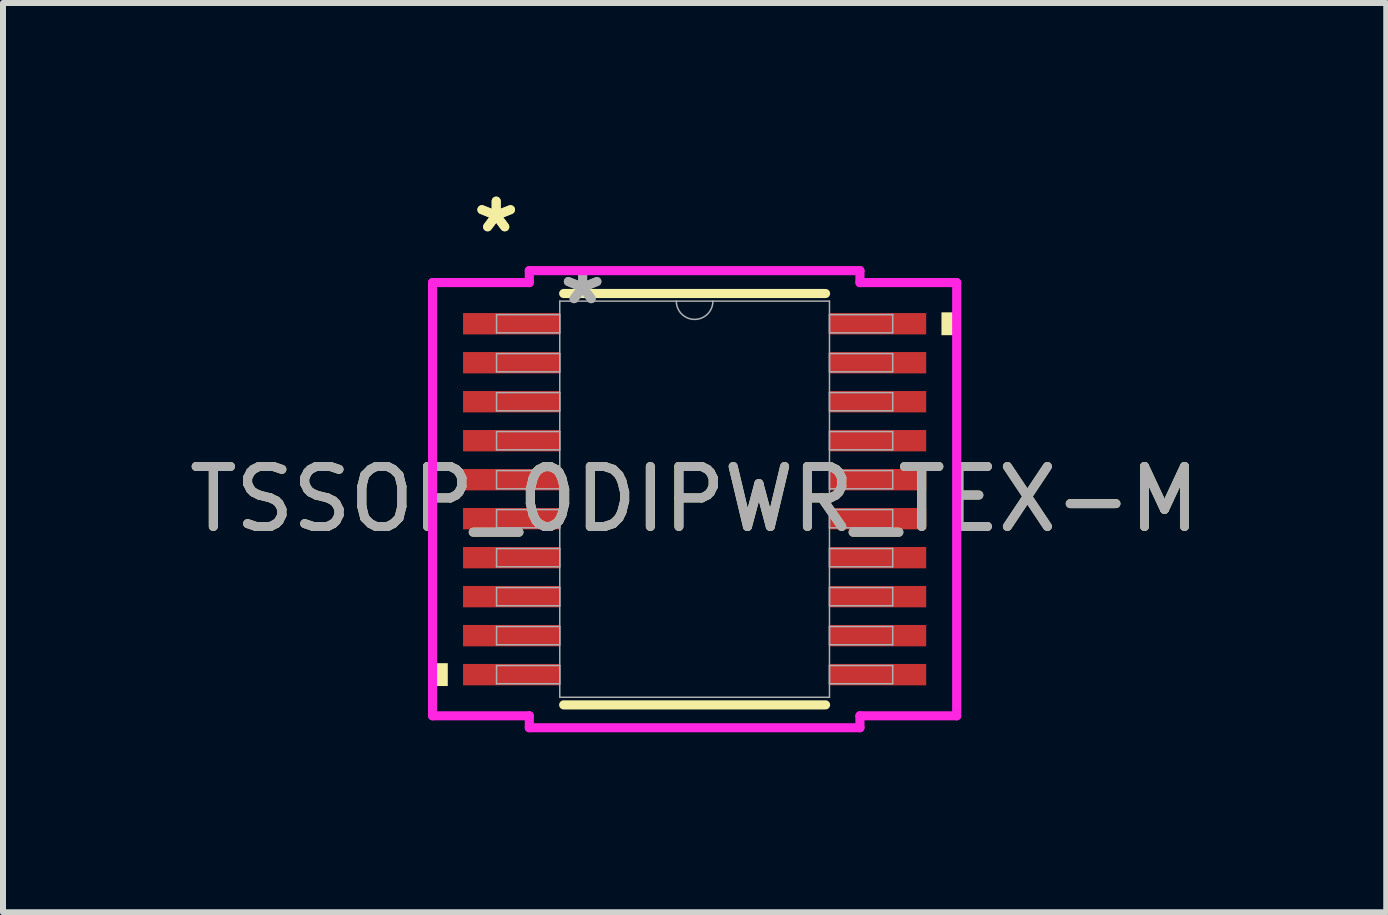
<source format=kicad_pcb>
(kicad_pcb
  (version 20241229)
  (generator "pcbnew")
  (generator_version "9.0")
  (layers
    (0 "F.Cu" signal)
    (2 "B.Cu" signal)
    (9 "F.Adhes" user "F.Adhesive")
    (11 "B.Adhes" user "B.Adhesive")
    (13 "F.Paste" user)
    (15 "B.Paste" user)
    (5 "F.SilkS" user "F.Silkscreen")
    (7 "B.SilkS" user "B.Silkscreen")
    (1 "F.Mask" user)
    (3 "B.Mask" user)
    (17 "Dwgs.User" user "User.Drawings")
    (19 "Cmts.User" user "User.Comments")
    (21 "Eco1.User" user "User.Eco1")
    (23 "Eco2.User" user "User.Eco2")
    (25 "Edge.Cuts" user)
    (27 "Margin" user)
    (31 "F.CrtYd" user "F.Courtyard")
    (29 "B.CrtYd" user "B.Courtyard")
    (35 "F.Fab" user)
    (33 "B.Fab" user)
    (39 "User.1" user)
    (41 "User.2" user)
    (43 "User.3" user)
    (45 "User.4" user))
  (footprint "TSSOP_0DIPWR_TEX-M"
    (layer "F.Cu")
    (at 8.53 5.272)
    (property "Reference" "TSSOP_0DIPWR_TEX-M" (at 0 0 0) (unlocked yes) (layer "F.SilkS") (effects (font (size 1 1) (thickness 0.15))))
    (attr smd)
    (fp_line (start -2.183 3.429) (end 2.183 3.429) (stroke (width 0.152) (type solid)) (layer "F.SilkS"))
    (fp_line (start 2.183 -3.429) (end -2.183 -3.429) (stroke (width 0.152) (type solid)) (layer "F.SilkS"))
    (fp_poly (pts (xy -4.369 2.734) (xy -4.369 3.115) (xy -4.115 3.115) (xy -4.115 2.734)) (stroke (width 0) (type solid)) (fill yes) (layer "F.SilkS"))
    (fp_poly (pts (xy 4.369 -3.115) (xy 4.369 -2.734) (xy 4.115 -2.734) (xy 4.115 -3.115)) (stroke (width 0) (type solid)) (fill yes) (layer "F.SilkS"))
    (fp_line (start -4.369 -3.611) (end -2.756 -3.611) (stroke (width 0.152) (type solid)) (layer "F.CrtYd"))
    (fp_line (start -4.369 3.611) (end -4.369 -3.611) (stroke (width 0.152) (type solid)) (layer "F.CrtYd"))
    (fp_line (start -4.369 3.611) (end -2.756 3.611) (stroke (width 0.152) (type solid)) (layer "F.CrtYd"))
    (fp_line (start -2.756 -3.81) (end 2.756 -3.81) (stroke (width 0.152) (type solid)) (layer "F.CrtYd"))
    (fp_line (start -2.756 -3.611) (end -2.756 -3.81) (stroke (width 0.152) (type solid)) (layer "F.CrtYd"))
    (fp_line (start -2.756 3.81) (end -2.756 3.611) (stroke (width 0.152) (type solid)) (layer "F.CrtYd"))
    (fp_line (start 2.756 -3.81) (end 2.756 -3.611) (stroke (width 0.152) (type solid)) (layer "F.CrtYd"))
    (fp_line (start 2.756 3.611) (end 2.756 3.81) (stroke (width 0.152) (type solid)) (layer "F.CrtYd"))
    (fp_line (start 2.756 3.81) (end -2.756 3.81) (stroke (width 0.152) (type solid)) (layer "F.CrtYd"))
    (fp_line (start 4.369 -3.611) (end 2.756 -3.611) (stroke (width 0.152) (type solid)) (layer "F.CrtYd"))
    (fp_line (start 4.369 -3.611) (end 4.369 3.611) (stroke (width 0.152) (type solid)) (layer "F.CrtYd"))
    (fp_line (start 4.369 3.611) (end 2.756 3.611) (stroke (width 0.152) (type solid)) (layer "F.CrtYd"))
    (fp_line (start -3.302 -3.077) (end -3.302 -2.773) (stroke (width 0.025) (type solid)) (layer "F.Fab"))
    (fp_line (start -3.302 -2.773) (end -2.248 -2.773) (stroke (width 0.025) (type solid)) (layer "F.Fab"))
    (fp_line (start -3.302 -2.427) (end -3.302 -2.123) (stroke (width 0.025) (type solid)) (layer "F.Fab"))
    (fp_line (start -3.302 -2.123) (end -2.248 -2.123) (stroke (width 0.025) (type solid)) (layer "F.Fab"))
    (fp_line (start -3.302 -1.777) (end -3.302 -1.473) (stroke (width 0.025) (type solid)) (layer "F.Fab"))
    (fp_line (start -3.302 -1.473) (end -2.248 -1.473) (stroke (width 0.025) (type solid)) (layer "F.Fab"))
    (fp_line (start -3.302 -1.127) (end -3.302 -0.823) (stroke (width 0.025) (type solid)) (layer "F.Fab"))
    (fp_line (start -3.302 -0.823) (end -2.248 -0.823) (stroke (width 0.025) (type solid)) (layer "F.Fab"))
    (fp_line (start -3.302 -0.477) (end -3.302 -0.173) (stroke (width 0.025) (type solid)) (layer "F.Fab"))
    (fp_line (start -3.302 -0.173) (end -2.248 -0.173) (stroke (width 0.025) (type solid)) (layer "F.Fab"))
    (fp_line (start -3.302 0.173) (end -3.302 0.477) (stroke (width 0.025) (type solid)) (layer "F.Fab"))
    (fp_line (start -3.302 0.477) (end -2.248 0.477) (stroke (width 0.025) (type solid)) (layer "F.Fab"))
    (fp_line (start -3.302 0.823) (end -3.302 1.127) (stroke (width 0.025) (type solid)) (layer "F.Fab"))
    (fp_line (start -3.302 1.127) (end -2.248 1.127) (stroke (width 0.025) (type solid)) (layer "F.Fab"))
    (fp_line (start -3.302 1.473) (end -3.302 1.777) (stroke (width 0.025) (type solid)) (layer "F.Fab"))
    (fp_line (start -3.302 1.777) (end -2.248 1.777) (stroke (width 0.025) (type solid)) (layer "F.Fab"))
    (fp_line (start -3.302 2.123) (end -3.302 2.427) (stroke (width 0.025) (type solid)) (layer "F.Fab"))
    (fp_line (start -3.302 2.427) (end -2.248 2.427) (stroke (width 0.025) (type solid)) (layer "F.Fab"))
    (fp_line (start -3.302 2.773) (end -3.302 3.077) (stroke (width 0.025) (type solid)) (layer "F.Fab"))
    (fp_line (start -3.302 3.077) (end -2.248 3.077) (stroke (width 0.025) (type solid)) (layer "F.Fab"))
    (fp_line (start -2.248 -3.302) (end -2.248 3.302) (stroke (width 0.025) (type solid)) (layer "F.Fab"))
    (fp_line (start -2.248 -3.077) (end -3.302 -3.077) (stroke (width 0.025) (type solid)) (layer "F.Fab"))
    (fp_line (start -2.248 -2.773) (end -2.248 -3.077) (stroke (width 0.025) (type solid)) (layer "F.Fab"))
    (fp_line (start -2.248 -2.427) (end -3.302 -2.427) (stroke (width 0.025) (type solid)) (layer "F.Fab"))
    (fp_line (start -2.248 -2.123) (end -2.248 -2.427) (stroke (width 0.025) (type solid)) (layer "F.Fab"))
    (fp_line (start -2.248 -1.777) (end -3.302 -1.777) (stroke (width 0.025) (type solid)) (layer "F.Fab"))
    (fp_line (start -2.248 -1.473) (end -2.248 -1.777) (stroke (width 0.025) (type solid)) (layer "F.Fab"))
    (fp_line (start -2.248 -1.127) (end -3.302 -1.127) (stroke (width 0.025) (type solid)) (layer "F.Fab"))
    (fp_line (start -2.248 -0.823) (end -2.248 -1.127) (stroke (width 0.025) (type solid)) (layer "F.Fab"))
    (fp_line (start -2.248 -0.477) (end -3.302 -0.477) (stroke (width 0.025) (type solid)) (layer "F.Fab"))
    (fp_line (start -2.248 -0.173) (end -2.248 -0.477) (stroke (width 0.025) (type solid)) (layer "F.Fab"))
    (fp_line (start -2.248 0.173) (end -3.302 0.173) (stroke (width 0.025) (type solid)) (layer "F.Fab"))
    (fp_line (start -2.248 0.477) (end -2.248 0.173) (stroke (width 0.025) (type solid)) (layer "F.Fab"))
    (fp_line (start -2.248 0.823) (end -3.302 0.823) (stroke (width 0.025) (type solid)) (layer "F.Fab"))
    (fp_line (start -2.248 1.127) (end -2.248 0.823) (stroke (width 0.025) (type solid)) (layer "F.Fab"))
    (fp_line (start -2.248 1.473) (end -3.302 1.473) (stroke (width 0.025) (type solid)) (layer "F.Fab"))
    (fp_line (start -2.248 1.777) (end -2.248 1.473) (stroke (width 0.025) (type solid)) (layer "F.Fab"))
    (fp_line (start -2.248 2.123) (end -3.302 2.123) (stroke (width 0.025) (type solid)) (layer "F.Fab"))
    (fp_line (start -2.248 2.427) (end -2.248 2.123) (stroke (width 0.025) (type solid)) (layer "F.Fab"))
    (fp_line (start -2.248 2.773) (end -3.302 2.773) (stroke (width 0.025) (type solid)) (layer "F.Fab"))
    (fp_line (start -2.248 3.077) (end -2.248 2.773) (stroke (width 0.025) (type solid)) (layer "F.Fab"))
    (fp_line (start -2.248 3.302) (end 2.248 3.302) (stroke (width 0.025) (type solid)) (layer "F.Fab"))
    (fp_line (start 2.248 -3.302) (end -2.248 -3.302) (stroke (width 0.025) (type solid)) (layer "F.Fab"))
    (fp_line (start 2.248 -3.077) (end 2.248 -2.773) (stroke (width 0.025) (type solid)) (layer "F.Fab"))
    (fp_line (start 2.248 -2.773) (end 3.302 -2.773) (stroke (width 0.025) (type solid)) (layer "F.Fab"))
    (fp_line (start 2.248 -2.427) (end 2.248 -2.123) (stroke (width 0.025) (type solid)) (layer "F.Fab"))
    (fp_line (start 2.248 -2.123) (end 3.302 -2.123) (stroke (width 0.025) (type solid)) (layer "F.Fab"))
    (fp_line (start 2.248 -1.777) (end 2.248 -1.473) (stroke (width 0.025) (type solid)) (layer "F.Fab"))
    (fp_line (start 2.248 -1.473) (end 3.302 -1.473) (stroke (width 0.025) (type solid)) (layer "F.Fab"))
    (fp_line (start 2.248 -1.127) (end 2.248 -0.823) (stroke (width 0.025) (type solid)) (layer "F.Fab"))
    (fp_line (start 2.248 -0.823) (end 3.302 -0.823) (stroke (width 0.025) (type solid)) (layer "F.Fab"))
    (fp_line (start 2.248 -0.477) (end 2.248 -0.173) (stroke (width 0.025) (type solid)) (layer "F.Fab"))
    (fp_line (start 2.248 -0.173) (end 3.302 -0.173) (stroke (width 0.025) (type solid)) (layer "F.Fab"))
    (fp_line (start 2.248 0.173) (end 2.248 0.477) (stroke (width 0.025) (type solid)) (layer "F.Fab"))
    (fp_line (start 2.248 0.477) (end 3.302 0.477) (stroke (width 0.025) (type solid)) (layer "F.Fab"))
    (fp_line (start 2.248 0.823) (end 2.248 1.127) (stroke (width 0.025) (type solid)) (layer "F.Fab"))
    (fp_line (start 2.248 1.127) (end 3.302 1.127) (stroke (width 0.025) (type solid)) (layer "F.Fab"))
    (fp_line (start 2.248 1.473) (end 2.248 1.777) (stroke (width 0.025) (type solid)) (layer "F.Fab"))
    (fp_line (start 2.248 1.777) (end 3.302 1.777) (stroke (width 0.025) (type solid)) (layer "F.Fab"))
    (fp_line (start 2.248 2.123) (end 2.248 2.427) (stroke (width 0.025) (type solid)) (layer "F.Fab"))
    (fp_line (start 2.248 2.427) (end 3.302 2.427) (stroke (width 0.025) (type solid)) (layer "F.Fab"))
    (fp_line (start 2.248 2.773) (end 2.248 3.077) (stroke (width 0.025) (type solid)) (layer "F.Fab"))
    (fp_line (start 2.248 3.077) (end 3.302 3.077) (stroke (width 0.025) (type solid)) (layer "F.Fab"))
    (fp_line (start 2.248 3.302) (end 2.248 -3.302) (stroke (width 0.025) (type solid)) (layer "F.Fab"))
    (fp_line (start 3.302 -3.077) (end 2.248 -3.077) (stroke (width 0.025) (type solid)) (layer "F.Fab"))
    (fp_line (start 3.302 -2.773) (end 3.302 -3.077) (stroke (width 0.025) (type solid)) (layer "F.Fab"))
    (fp_line (start 3.302 -2.427) (end 2.248 -2.427) (stroke (width 0.025) (type solid)) (layer "F.Fab"))
    (fp_line (start 3.302 -2.123) (end 3.302 -2.427) (stroke (width 0.025) (type solid)) (layer "F.Fab"))
    (fp_line (start 3.302 -1.777) (end 2.248 -1.777) (stroke (width 0.025) (type solid)) (layer "F.Fab"))
    (fp_line (start 3.302 -1.473) (end 3.302 -1.777) (stroke (width 0.025) (type solid)) (layer "F.Fab"))
    (fp_line (start 3.302 -1.127) (end 2.248 -1.127) (stroke (width 0.025) (type solid)) (layer "F.Fab"))
    (fp_line (start 3.302 -0.823) (end 3.302 -1.127) (stroke (width 0.025) (type solid)) (layer "F.Fab"))
    (fp_line (start 3.302 -0.477) (end 2.248 -0.477) (stroke (width 0.025) (type solid)) (layer "F.Fab"))
    (fp_line (start 3.302 -0.173) (end 3.302 -0.477) (stroke (width 0.025) (type solid)) (layer "F.Fab"))
    (fp_line (start 3.302 0.173) (end 2.248 0.173) (stroke (width 0.025) (type solid)) (layer "F.Fab"))
    (fp_line (start 3.302 0.477) (end 3.302 0.173) (stroke (width 0.025) (type solid)) (layer "F.Fab"))
    (fp_line (start 3.302 0.823) (end 2.248 0.823) (stroke (width 0.025) (type solid)) (layer "F.Fab"))
    (fp_line (start 3.302 1.127) (end 3.302 0.823) (stroke (width 0.025) (type solid)) (layer "F.Fab"))
    (fp_line (start 3.302 1.473) (end 2.248 1.473) (stroke (width 0.025) (type solid)) (layer "F.Fab"))
    (fp_line (start 3.302 1.777) (end 3.302 1.473) (stroke (width 0.025) (type solid)) (layer "F.Fab"))
    (fp_line (start 3.302 2.123) (end 2.248 2.123) (stroke (width 0.025) (type solid)) (layer "F.Fab"))
    (fp_line (start 3.302 2.427) (end 3.302 2.123) (stroke (width 0.025) (type solid)) (layer "F.Fab"))
    (fp_line (start 3.302 2.773) (end 2.248 2.773) (stroke (width 0.025) (type solid)) (layer "F.Fab"))
    (fp_line (start 3.302 3.077) (end 3.302 2.773) (stroke (width 0.025) (type solid)) (layer "F.Fab"))
    (fp_arc (start 0.3048 -3.302) (mid 0 -2.9972) (end -0.3048 -3.302) (stroke (width 0.0254) (type solid)) (layer "F.Fab"))
    (fp_text user "*" (at -3.308 -4.424 0) (unlocked yes) (layer "F.SilkS") (effects (font (size 1 1) (thickness 0.15))))
    (fp_text user "*" (at -3.308 -4.424 0) (layer "F.SilkS") (effects (font (size 1 1) (thickness 0.15))))
    (fp_text user "*" (at -1.867 -3.226 0) (unlocked yes) (layer "F.Fab") (effects (font (size 1 1) (thickness 0.15))))
    (fp_text user "*" (at -1.867 -3.226 0) (layer "F.Fab") (effects (font (size 1 1) (thickness 0.15))))
    (fp_text user "${REFERENCE}" (at 0 0 0) (unlocked yes) (layer "F.Fab") (effects (font (size 1 1) (thickness 0.15))))
    (pad "1" smd rect (at -3.054 -2.925) (size 1.613 0.356) (layers "F.Cu" "F.Mask" "F.Paste"))
    (pad "2" smd rect (at -3.054 -2.275) (size 1.613 0.356) (layers "F.Cu" "F.Mask" "F.Paste"))
    (pad "3" smd rect (at -3.054 -1.625) (size 1.613 0.356) (layers "F.Cu" "F.Mask" "F.Paste"))
    (pad "4" smd rect (at -3.054 -0.975) (size 1.613 0.356) (layers "F.Cu" "F.Mask" "F.Paste"))
    (pad "5" smd rect (at -3.054 -0.325) (size 1.613 0.356) (layers "F.Cu" "F.Mask" "F.Paste"))
    (pad "6" smd rect (at -3.054 0.325) (size 1.613 0.356) (layers "F.Cu" "F.Mask" "F.Paste"))
    (pad "7" smd rect (at -3.054 0.975) (size 1.613 0.356) (layers "F.Cu" "F.Mask" "F.Paste"))
    (pad "8" smd rect (at -3.054 1.625) (size 1.613 0.356) (layers "F.Cu" "F.Mask" "F.Paste"))
    (pad "9" smd rect (at -3.054 2.275) (size 1.613 0.356) (layers "F.Cu" "F.Mask" "F.Paste"))
    (pad "10" smd rect (at -3.054 2.925) (size 1.613 0.356) (layers "F.Cu" "F.Mask" "F.Paste"))
    (pad "11" smd rect (at 3.054 2.925) (size 1.613 0.356) (layers "F.Cu" "F.Mask" "F.Paste"))
    (pad "12" smd rect (at 3.054 2.275) (size 1.613 0.356) (layers "F.Cu" "F.Mask" "F.Paste"))
    (pad "13" smd rect (at 3.054 1.625) (size 1.613 0.356) (layers "F.Cu" "F.Mask" "F.Paste"))
    (pad "14" smd rect (at 3.054 0.975) (size 1.613 0.356) (layers "F.Cu" "F.Mask" "F.Paste"))
    (pad "15" smd rect (at 3.054 0.325) (size 1.613 0.356) (layers "F.Cu" "F.Mask" "F.Paste"))
    (pad "16" smd rect (at 3.054 -0.325) (size 1.613 0.356) (layers "F.Cu" "F.Mask" "F.Paste"))
    (pad "17" smd rect (at 3.054 -0.975) (size 1.613 0.356) (layers "F.Cu" "F.Mask" "F.Paste"))
    (pad "18" smd rect (at 3.054 -1.625) (size 1.613 0.356) (layers "F.Cu" "F.Mask" "F.Paste"))
    (pad "19" smd rect (at 3.054 -2.275) (size 1.613 0.356) (layers "F.Cu" "F.Mask" "F.Paste"))
    (pad "20" smd rect (at 3.054 -2.925) (size 1.613 0.356) (layers "F.Cu" "F.Mask" "F.Paste")))
  (gr_rect
    (start -3 -3)
    (end 20.06 12.158)
    (stroke (width 0.1) (type default))
    (fill no)
    (layer "Edge.Cuts")))
</source>
